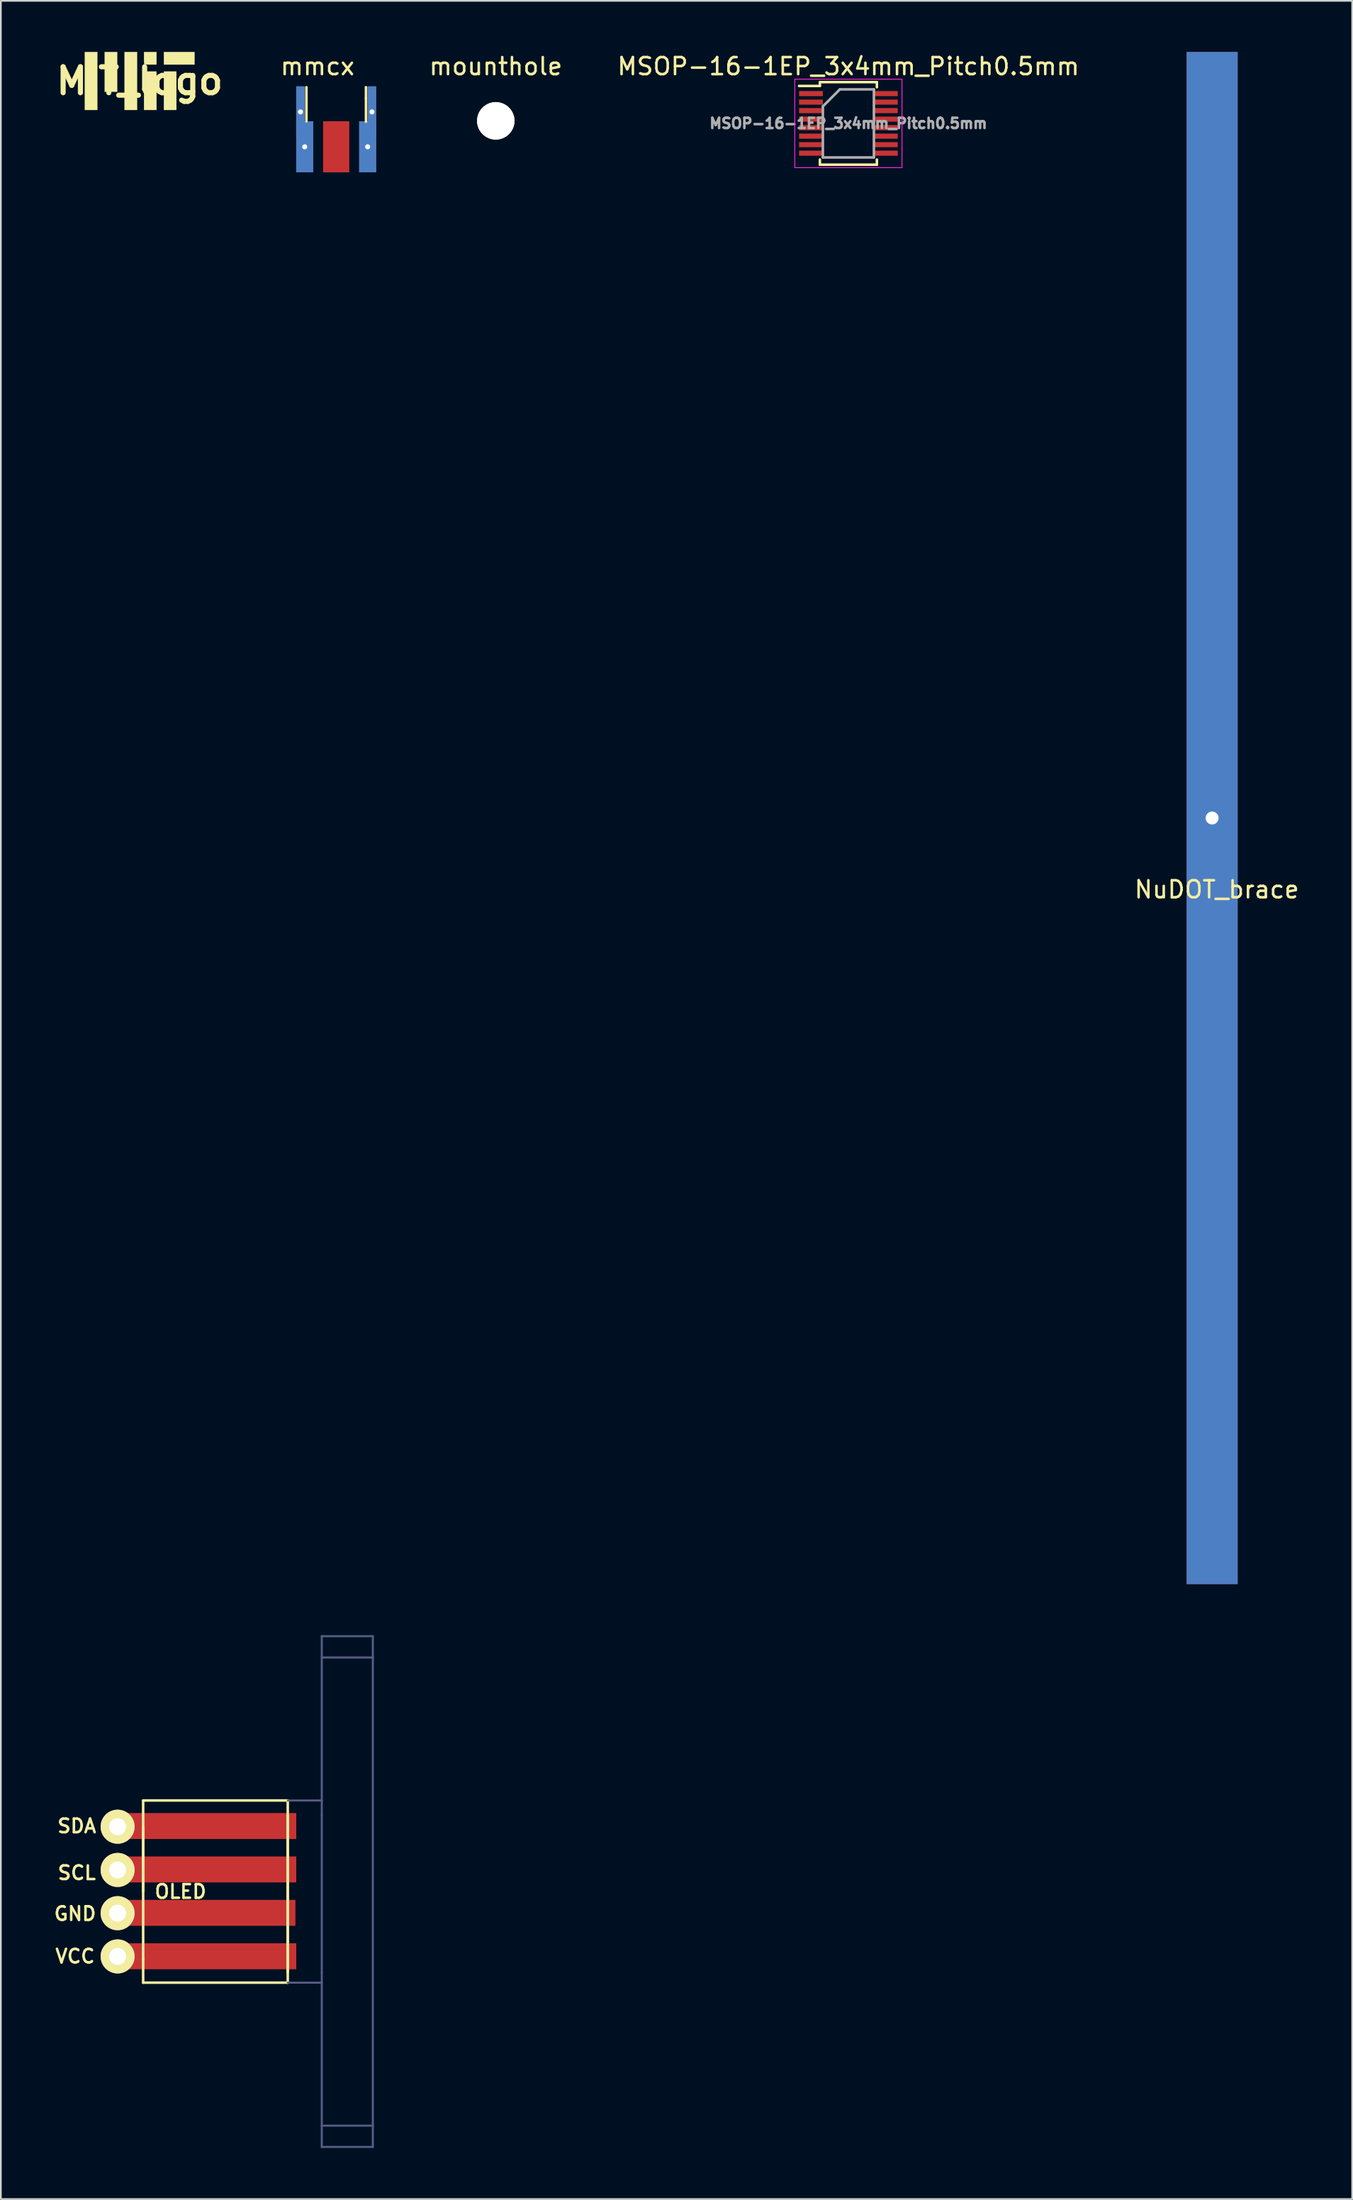
<source format=kicad_pcb>
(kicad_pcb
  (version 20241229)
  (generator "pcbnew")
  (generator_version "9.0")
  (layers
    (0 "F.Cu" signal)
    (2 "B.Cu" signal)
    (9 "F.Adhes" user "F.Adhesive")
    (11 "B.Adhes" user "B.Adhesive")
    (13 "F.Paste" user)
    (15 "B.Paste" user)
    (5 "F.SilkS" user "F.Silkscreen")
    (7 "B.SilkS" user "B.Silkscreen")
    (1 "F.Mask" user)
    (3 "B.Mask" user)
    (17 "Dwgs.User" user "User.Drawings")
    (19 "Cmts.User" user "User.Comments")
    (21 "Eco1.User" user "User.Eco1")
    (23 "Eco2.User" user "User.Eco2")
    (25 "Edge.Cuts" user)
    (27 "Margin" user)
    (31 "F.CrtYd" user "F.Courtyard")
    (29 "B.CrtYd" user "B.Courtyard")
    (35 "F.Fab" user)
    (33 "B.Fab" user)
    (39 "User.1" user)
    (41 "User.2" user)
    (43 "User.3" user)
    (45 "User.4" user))
  (footprint "mmcx"
    (layer "F.Cu")
    (at 14.861 5.573)
    (property "Reference" "mmcx" (at 0.75 -4.725 0) (layer "F.SilkS") (effects (font (size 1 1) (thickness 0.15))))
    (attr through_hole)
    (fp_line (start 0.1 -1.5) (end 0.1 -3.5) (stroke (width 0.15) (type solid)) (layer "F.SilkS"))
    (fp_line (start 3.6 -2.85) (end 3.6 -3.5) (stroke (width 0.15) (type solid)) (layer "F.SilkS"))
    (fp_line (start 3.6 -1.475) (end 3.6 -2.85) (stroke (width 0.15) (type solid)) (layer "F.SilkS"))
    (pad "1" smd rect (at 1.85 0) (size 1.54 3) (layers "F.Cu" "F.Mask" "F.Paste"))
    (pad "2" thru_hole rect (at -0.25 -2.05) (size 0.5 3) (drill 0.3) (layers "*.Cu" "*.Mask"))
    (pad "2" thru_hole rect (at 0 0) (size 1 3) (drill 0.3) (layers "*.Cu" "*.Mask"))
    (pad "2" thru_hole rect (at 3.7 0) (size 1 3) (drill 0.3) (layers "*.Cu" "*.Mask"))
    (pad "2" thru_hole rect (at 3.95 -2.05) (size 0.5 3) (drill 0.3) (layers "*.Cu" "*.Mask")))
  (footprint "NuDOT_brace"
    (layer "F.Cu")
    (at 68.472 48.7)
    (property "Reference" "NuDOT_brace" (at 0 0.5 0) (layer "F.SilkS") (effects (font (size 1 1) (thickness 0.15))))
    (attr through_hole)
    (pad "1" thru_hole rect (at -0.275 -3.7) (size 3 90) (drill 0.762) (layers "*.Cu" "*.Mask")))
  (footprint "MSOP-16-1EP_3x4mm_Pitch0.5mm"
    (layer "F.Cu")
    (at 46.817 4.198)
    (property "Reference" "MSOP-16-1EP_3x4mm_Pitch0.5mm" (at 0 -3.35 0) (layer "F.SilkS") (effects (font (size 1 1) (thickness 0.15))))
    (attr smd)
    (fp_line (start -1.675 -2.425) (end -1.675 -2.2) (stroke (width 0.15) (type solid)) (layer "F.SilkS"))
    (fp_line (start -1.675 -2.425) (end 1.675 -2.425) (stroke (width 0.15) (type solid)) (layer "F.SilkS"))
    (fp_line (start -1.675 -2.2) (end -2.9 -2.2) (stroke (width 0.15) (type solid)) (layer "F.SilkS"))
    (fp_line (start -1.675 2.425) (end -1.675 2.125) (stroke (width 0.15) (type solid)) (layer "F.SilkS"))
    (fp_line (start -1.675 2.425) (end 1.675 2.425) (stroke (width 0.15) (type solid)) (layer "F.SilkS"))
    (fp_line (start 1.675 -2.425) (end 1.675 -2.125) (stroke (width 0.15) (type solid)) (layer "F.SilkS"))
    (fp_line (start 1.675 2.425) (end 1.675 2.125) (stroke (width 0.15) (type solid)) (layer "F.SilkS"))
    (fp_line (start -3.15 -2.6) (end -3.15 2.6) (stroke (width 0.05) (type solid)) (layer "F.CrtYd"))
    (fp_line (start -3.15 -2.6) (end 3.15 -2.6) (stroke (width 0.05) (type solid)) (layer "F.CrtYd"))
    (fp_line (start -3.15 2.6) (end 3.15 2.6) (stroke (width 0.05) (type solid)) (layer "F.CrtYd"))
    (fp_line (start 3.15 -2.6) (end 3.15 2.6) (stroke (width 0.05) (type solid)) (layer "F.CrtYd"))
    (fp_line (start -1.5 -1) (end -0.5 -2) (stroke (width 0.15) (type solid)) (layer "F.Fab"))
    (fp_line (start -1.5 2) (end -1.5 -1) (stroke (width 0.15) (type solid)) (layer "F.Fab"))
    (fp_line (start -0.5 -2) (end 1.5 -2) (stroke (width 0.15) (type solid)) (layer "F.Fab"))
    (fp_line (start 1.5 -2) (end 1.5 2) (stroke (width 0.15) (type solid)) (layer "F.Fab"))
    (fp_line (start 1.5 2) (end -1.5 2) (stroke (width 0.15) (type solid)) (layer "F.Fab"))
    (fp_text user "${REFERENCE}" (at 0 0 0) (layer "F.Fab") (effects (font (size 0.6 0.6) (thickness 0.15))))
    (pad "1" smd rect (at -2.2 -1.75) (size 1.4 0.3) (layers "F.Cu" "F.Mask" "F.Paste"))
    (pad "2" smd rect (at -2.2 -1.25) (size 1.4 0.3) (layers "F.Cu" "F.Mask" "F.Paste"))
    (pad "3" smd rect (at -2.2 -0.75) (size 1.4 0.3) (layers "F.Cu" "F.Mask" "F.Paste"))
    (pad "4" smd rect (at -2.2 -0.25) (size 1.4 0.3) (layers "F.Cu" "F.Mask" "F.Paste"))
    (pad "5" smd rect (at -2.2 0.25) (size 1.4 0.3) (layers "F.Cu" "F.Mask" "F.Paste"))
    (pad "6" smd rect (at -2.2 0.75) (size 1.4 0.3) (layers "F.Cu" "F.Mask" "F.Paste"))
    (pad "7" smd rect (at -2.2 1.25) (size 1.4 0.3) (layers "F.Cu" "F.Mask" "F.Paste"))
    (pad "8" smd rect (at -2.2 1.75) (size 1.4 0.3) (layers "F.Cu" "F.Mask" "F.Paste"))
    (pad "9" smd rect (at 2.2 1.75) (size 1.4 0.3) (layers "F.Cu" "F.Mask" "F.Paste"))
    (pad "10" smd rect (at 2.2 1.25) (size 1.4 0.3) (layers "F.Cu" "F.Mask" "F.Paste"))
    (pad "11" smd rect (at 2.2 0.75) (size 1.4 0.3) (layers "F.Cu" "F.Mask" "F.Paste"))
    (pad "12" smd rect (at 2.2 0.25) (size 1.4 0.3) (layers "F.Cu" "F.Mask" "F.Paste"))
    (pad "13" smd rect (at 2.2 -0.25) (size 1.4 0.3) (layers "F.Cu" "F.Mask" "F.Paste"))
    (pad "14" smd rect (at 2.2 -0.75) (size 1.4 0.3) (layers "F.Cu" "F.Mask" "F.Paste"))
    (pad "15" smd rect (at 2.2 -1.25) (size 1.4 0.3) (layers "F.Cu" "F.Mask" "F.Paste"))
    (pad "16" smd rect (at 2.2 -1.75) (size 1.4 0.3) (layers "F.Cu" "F.Mask" "F.Paste")))
  (footprint "OLED"
    (layer "F.Cu")
    (at 3.864 108.06)
    (property "Reference" "OLED" (at 3.7 0 0) (layer "F.SilkS") (effects (font (size 0.8 0.8) (thickness 0.15))))
    (attr through_hole)
    (fp_line (start 1.5 -5.35) (end 10 -5.35) (stroke (width 0.15) (type solid)) (layer "F.SilkS"))
    (fp_line (start 1.5 -3.75) (end 1.5 4) (stroke (width 0.15) (type solid)) (layer "F.SilkS"))
    (fp_line (start 1.5 0) (end 1.5 -5.35) (stroke (width 0.15) (type solid)) (layer "F.SilkS"))
    (fp_line (start 1.5 5.35) (end 1.5 4) (stroke (width 0.15) (type solid)) (layer "F.SilkS"))
    (fp_line (start 10 -5.35) (end 10 5.35) (stroke (width 0.15) (type solid)) (layer "F.SilkS"))
    (fp_line (start 10 -4.5) (end 10 -3.75) (stroke (width 0.15) (type solid)) (layer "F.SilkS"))
    (fp_line (start 10 -3.75) (end 10 4) (stroke (width 0.15) (type solid)) (layer "F.SilkS"))
    (fp_line (start 10 4.75) (end 10 4) (stroke (width 0.15) (type solid)) (layer "F.SilkS"))
    (fp_line (start 10 5.35) (end 1.5 5.35) (stroke (width 0.15) (type solid)) (layer "F.SilkS"))
    (fp_line (start 10 -5.35) (end 12 -5.35) (stroke (width 0.12) (type solid)) (layer "B.Fab"))
    (fp_line (start 10 5.35) (end 12 5.35) (stroke (width 0.12) (type solid)) (layer "B.Fab"))
    (fp_line (start 12 -15) (end 15 -15) (stroke (width 0.12) (type solid)) (layer "B.Fab"))
    (fp_line (start 12 -13.75) (end 12 -15) (stroke (width 0.12) (type solid)) (layer "B.Fab"))
    (fp_line (start 12 -13.75) (end 15 -13.75) (stroke (width 0.12) (type solid)) (layer "B.Fab"))
    (fp_line (start 12 -4.5) (end 12 -13.75) (stroke (width 0.12) (type solid)) (layer "B.Fab"))
    (fp_line (start 12 -4.5) (end 12 4.75) (stroke (width 0.12) (type solid)) (layer "B.Fab"))
    (fp_line (start 12 13.75) (end 12 4.75) (stroke (width 0.12) (type solid)) (layer "B.Fab"))
    (fp_line (start 12 13.75) (end 12 15) (stroke (width 0.12) (type solid)) (layer "B.Fab"))
    (fp_line (start 12 15) (end 15 15) (stroke (width 0.12) (type solid)) (layer "B.Fab"))
    (fp_line (start 15 -15) (end 15 -13.75) (stroke (width 0.12) (type solid)) (layer "B.Fab"))
    (fp_line (start 15 -13.75) (end 15 13.75) (stroke (width 0.12) (type solid)) (layer "B.Fab"))
    (fp_line (start 15 13.75) (end 12 13.75) (stroke (width 0.12) (type solid)) (layer "B.Fab"))
    (fp_line (start 15 15) (end 15 13.75) (stroke (width 0.12) (type solid)) (layer "B.Fab"))
    (fp_text user "SDA" (at -2.4 -3.85 0) (layer "F.SilkS") (effects (font (size 0.8 0.8) (thickness 0.15))))
    (fp_text user "VCC" (at -2.5 3.8 0) (layer "F.SilkS") (effects (font (size 0.8 0.8) (thickness 0.15))))
    (fp_text user "SCL" (at -2.4 -1.1 0) (layer "F.SilkS") (effects (font (size 0.8 0.8) (thickness 0.15))))
    (fp_text user "GND" (at -2.5 1.3 0) (layer "F.SilkS") (effects (font (size 0.8 0.8) (thickness 0.15))))
    (pad "1" thru_hole oval (at 0 3.81) (size 2 2) (drill 1) (layers "*.Cu" "*.Mask" "F.SilkS"))
    (pad "1" smd rect (at 5.5 3.8) (size 10 1.524) (layers "F.Cu" "F.Mask" "F.Paste"))
    (pad "2" thru_hole oval (at 0 1.27) (size 2 2) (drill oval 1) (layers "*.Cu" "*.Mask" "F.SilkS"))
    (pad "2" smd rect (at 5.45 1.25) (size 10 1.524) (layers "F.Cu" "F.Mask" "F.Paste"))
    (pad "3" thru_hole oval (at 0 -1.27) (size 2 2) (drill oval 1) (layers "*.Cu" "*.Mask" "F.SilkS"))
    (pad "3" smd rect (at 5.5 -1.3) (size 10 1.524) (layers "F.Cu" "F.Mask" "F.Paste"))
    (pad "4" thru_hole oval (at 0 -3.81) (size 2 2) (drill oval 1) (layers "*.Cu" "*.Mask" "F.SilkS"))
    (pad "4" smd rect (at 5.5 -3.85) (size 10 1.524) (layers "F.Cu" "F.Mask" "F.Paste")))
  (footprint "mounthole"
    (layer "F.Cu")
    (at 26.091 4.048)
    (property "Reference" "mounthole" (at 0 -3.2 0) (layer "F.SilkS") (effects (font (size 1 1) (thickness 0.15))))
    (attr through_hole)
    (pad "" np_thru_hole circle (at 0 0) (size 2.2 2.2) (drill 2.2) (layers "*.Cu" "*.Mask" "F.SilkS")))
  (footprint "MIT_logo"
    (layer "F.Cu")
    (at 5.16 1.707)
    (property "Reference" "MIT_logo" (at 0 0 0) (layer "F.SilkS") (effects (font (size 1.524 1.524) (thickness 0.3))))
    (attr through_hole)
    (fp_poly (pts (xy -2.489 1.702) (xy -3.226 1.702) (xy -3.226 -1.702) (xy -2.489 -1.702) (xy -2.489 1.702)) (stroke (width 0.01) (type solid)) (fill yes) (layer "F.SilkS"))
    (fp_poly (pts (xy -1.321 0.635) (xy -2.057 0.635) (xy -2.057 -1.702) (xy -1.321 -1.702) (xy -1.321 0.635)) (stroke (width 0.01) (type solid)) (fill yes) (layer "F.SilkS"))
    (fp_poly (pts (xy -0.152 1.702) (xy -0.889 1.702) (xy -0.889 -1.702) (xy -0.152 -1.702) (xy -0.152 1.702)) (stroke (width 0.01) (type solid)) (fill yes) (layer "F.SilkS"))
    (fp_poly (pts (xy 0.991 1.702) (xy 0.254 1.702) (xy 0.254 -0.559) (xy 0.991 -0.559) (xy 0.991 1.702)) (stroke (width 0.01) (type solid)) (fill yes) (layer "F.SilkS"))
    (fp_poly (pts (xy 2.159 1.702) (xy 1.422 1.702) (xy 1.422 -0.559) (xy 2.159 -0.559) (xy 2.159 1.702)) (stroke (width 0.01) (type solid)) (fill yes) (layer "F.SilkS"))
    (fp_poly (pts (xy 3.226 -0.965) (xy 1.422 -0.965) (xy 1.422 -1.702) (xy 3.226 -1.702) (xy 3.226 -0.965)) (stroke (width 0.01) (type solid)) (fill yes) (layer "F.SilkS"))
    (fp_poly (pts (xy 0.991 -0.965) (xy 0.639 -0.965) (xy 0.51 -0.966) (xy 0.4 -0.97) (xy 0.319 -0.974) (xy 0.275 -0.98) (xy 0.271 -0.982) (xy 0.265 -1.012) (xy 0.26 -1.084) (xy 0.256 -1.186) (xy 0.254 -1.311) (xy 0.254 -1.35) (xy 0.254 -1.702) (xy 0.991 -1.702) (xy 0.991 -0.965)) (stroke (width 0.01) (type solid)) (fill yes) (layer "F.SilkS")))
  (gr_rect
    (start -3 -3)
    (end 76.43 126.12)
    (stroke (width 0.1) (type default))
    (fill no)
    (layer "Edge.Cuts")))
</source>
